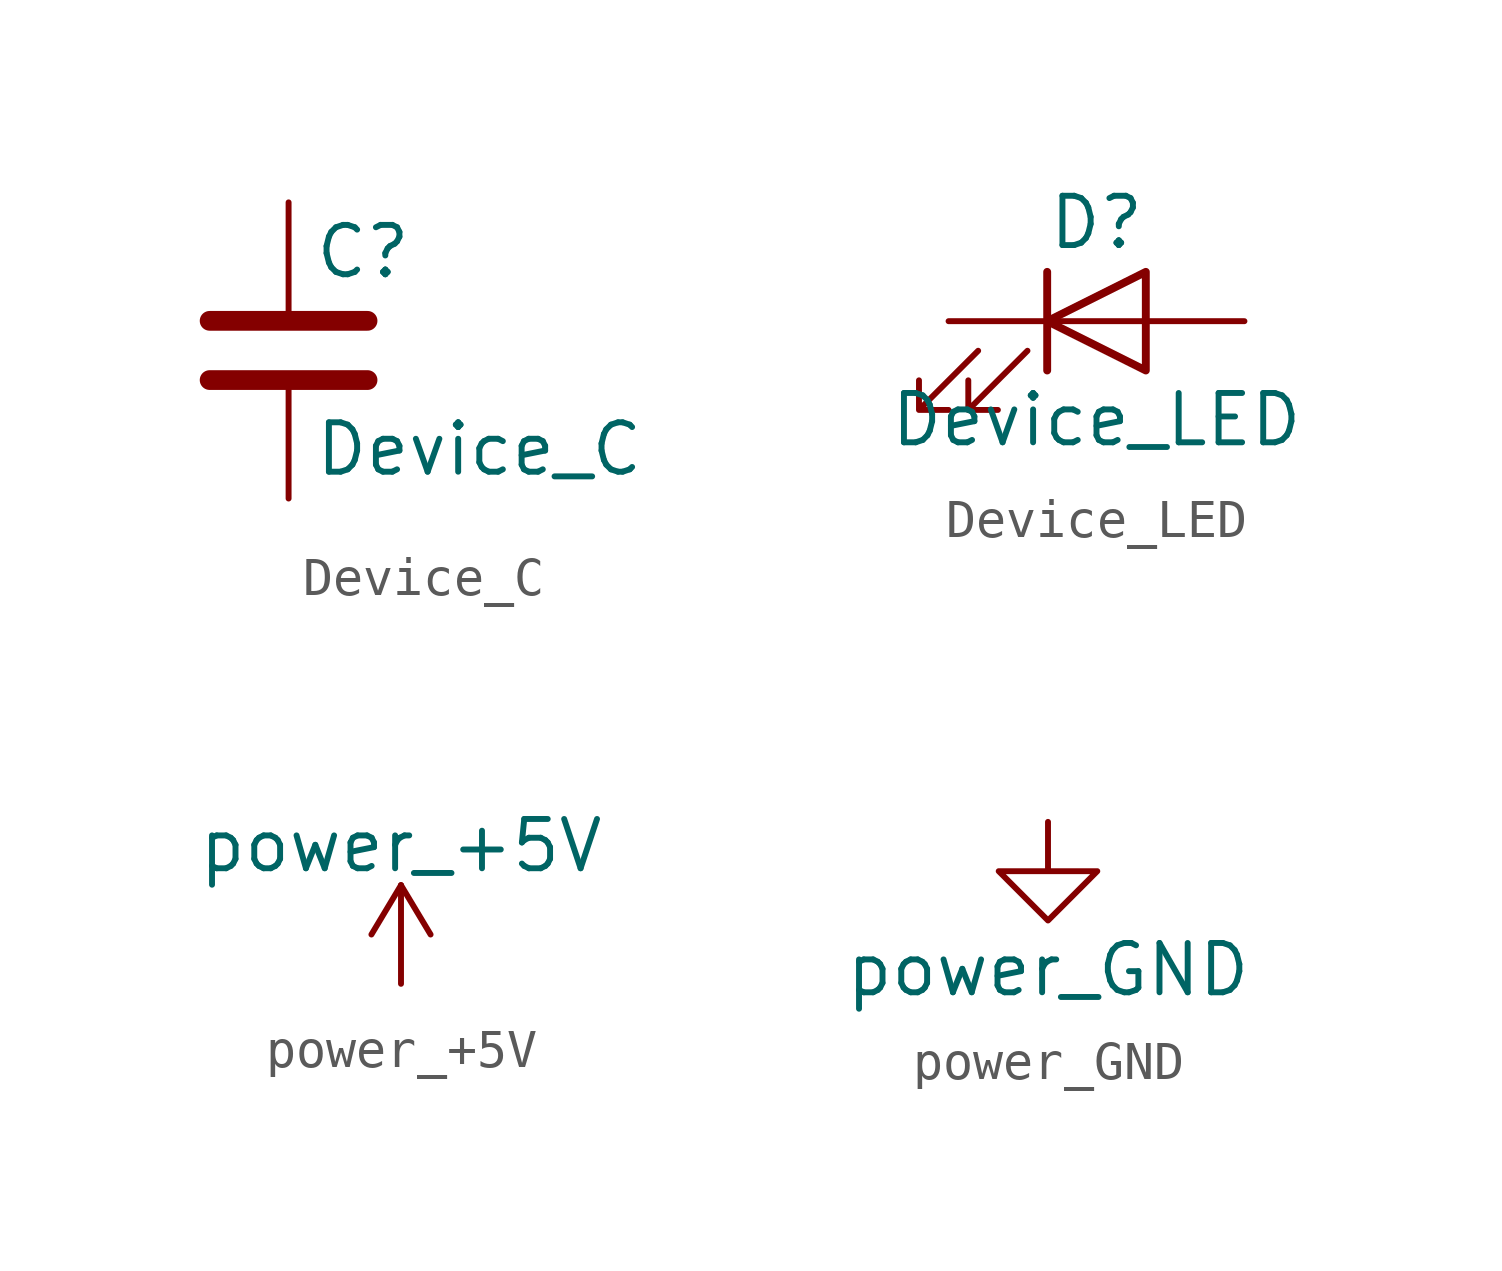
<source format=kicad_sym>
(kicad_symbol_lib
  (version 20241209)
  (generator "kicad_symbol_editor")
  (generator_version "9.0")
  (symbol "Device_C"
    (pin_numbers
      (hide yes))
    (pin_names
      (offset 0.254))
    (property "Reference" "C"
      (at 0.635 2.54 0)
      (effects (font (size 1.27 1.27)) (justify left)))
    (property "Value" "Device_C"
      (at 0.635 -2.54 0)
      (effects (font (size 1.27 1.27)) (justify left)))
    (symbol "Device_C_0_1"
      (polyline (pts (xy -2.032 0.762) (xy 2.032 0.762)) (stroke (width 0.508) (type solid)) (fill (type none)))
      (polyline (pts (xy -2.032 -0.762) (xy 2.032 -0.762)) (stroke (width 0.508) (type solid)) (fill (type none))))
    (symbol "Device_C_1_1"
      (pin passive line (at 0 3.81 270) (length 2.794) (name "~" (effects (font (size 1.27 1.27)))) (number "1" (effects (font (size 1.27 1.27)))))
      (pin passive line (at 0 -3.81 90) (length 2.794) (name "~" (effects (font (size 1.27 1.27)))) (number "2" (effects (font (size 1.27 1.27)))))))
  (symbol "Device_LED"
    (pin_numbers
      (hide yes))
    (pin_names
      (offset 1.016)
      (hide yes))
    (property "Reference" "D"
      (at 0 2.54 0)
      (effects (font (size 1.27 1.27))))
    (property "Value" "Device_LED"
      (at 0 -2.54 0)
      (effects (font (size 1.27 1.27))))
    (symbol "Device_LED_0_1"
      (polyline (pts (xy -3.048 -0.762) (xy -4.572 -2.286) (xy -3.81 -2.286) (xy -4.572 -2.286) (xy -4.572 -1.524)) (stroke (width 0) (type solid)) (fill (type none)))
      (polyline (pts (xy -1.778 -0.762) (xy -3.302 -2.286) (xy -2.54 -2.286) (xy -3.302 -2.286) (xy -3.302 -1.524)) (stroke (width 0) (type solid)) (fill (type none)))
      (polyline (pts (xy -1.27 0) (xy 1.27 0)) (stroke (width 0) (type solid)) (fill (type none)))
      (polyline (pts (xy -1.27 -1.27) (xy -1.27 1.27)) (stroke (width 0.203) (type solid)) (fill (type none)))
      (polyline (pts (xy 1.27 -1.27) (xy 1.27 1.27) (xy -1.27 0) (xy 1.27 -1.27)) (stroke (width 0.203) (type solid)) (fill (type none))))
    (symbol "Device_LED_1_1"
      (pin passive line (at -3.81 0 0) (length 2.54) (name "K" (effects (font (size 1.27 1.27)))) (number "1" (effects (font (size 1.27 1.27)))))
      (pin passive line (at 3.81 0 180) (length 2.54) (name "A" (effects (font (size 1.27 1.27)))) (number "2" (effects (font (size 1.27 1.27)))))))
  (symbol "power_+5V"
    (power)
    (pin_names
      (offset 0))
    (property "Reference" "#PWR"
      (at 0 -3.81 0)
      (effects (font (size 1.27 1.27)) (hide yes)))
    (property "Value" "power_+5V"
      (at 0 3.556 0)
      (effects (font (size 1.27 1.27))))
    (symbol "power_+5V_0_1"
      (polyline (pts (xy -0.762 1.27) (xy 0 2.54)) (stroke (width 0) (type solid)) (fill (type none)))
      (polyline (pts (xy 0 2.54) (xy 0.762 1.27)) (stroke (width 0) (type solid)) (fill (type none)))
      (polyline (pts (xy 0 0) (xy 0 2.54)) (stroke (width 0) (type solid)) (fill (type none))))
    (symbol "power_+5V_1_1"
      (pin power_in line (at 0 0 90) (length 0) (hide yes) (name "+5V" (effects (font (size 1.27 1.27)))) (number "1" (effects (font (size 1.27 1.27)))))))
  (symbol "power_GND"
    (power)
    (pin_names
      (offset 0))
    (property "Reference" "#PWR"
      (at 0 -6.35 0)
      (effects (font (size 1.27 1.27)) (hide yes)))
    (property "Value" "power_GND"
      (at 0 -3.81 0)
      (effects (font (size 1.27 1.27))))
    (symbol "power_GND_0_1"
      (polyline (pts (xy 0 0) (xy 0 -1.27) (xy 1.27 -1.27) (xy 0 -2.54) (xy -1.27 -1.27) (xy 0 -1.27)) (stroke (width 0) (type solid)) (fill (type none))))
    (symbol "power_GND_1_1"
      (pin power_in line (at 0 0 270) (length 0) (hide yes) (name "GND" (effects (font (size 1.27 1.27)))) (number "1" (effects (font (size 1.27 1.27))))))))
</source>
